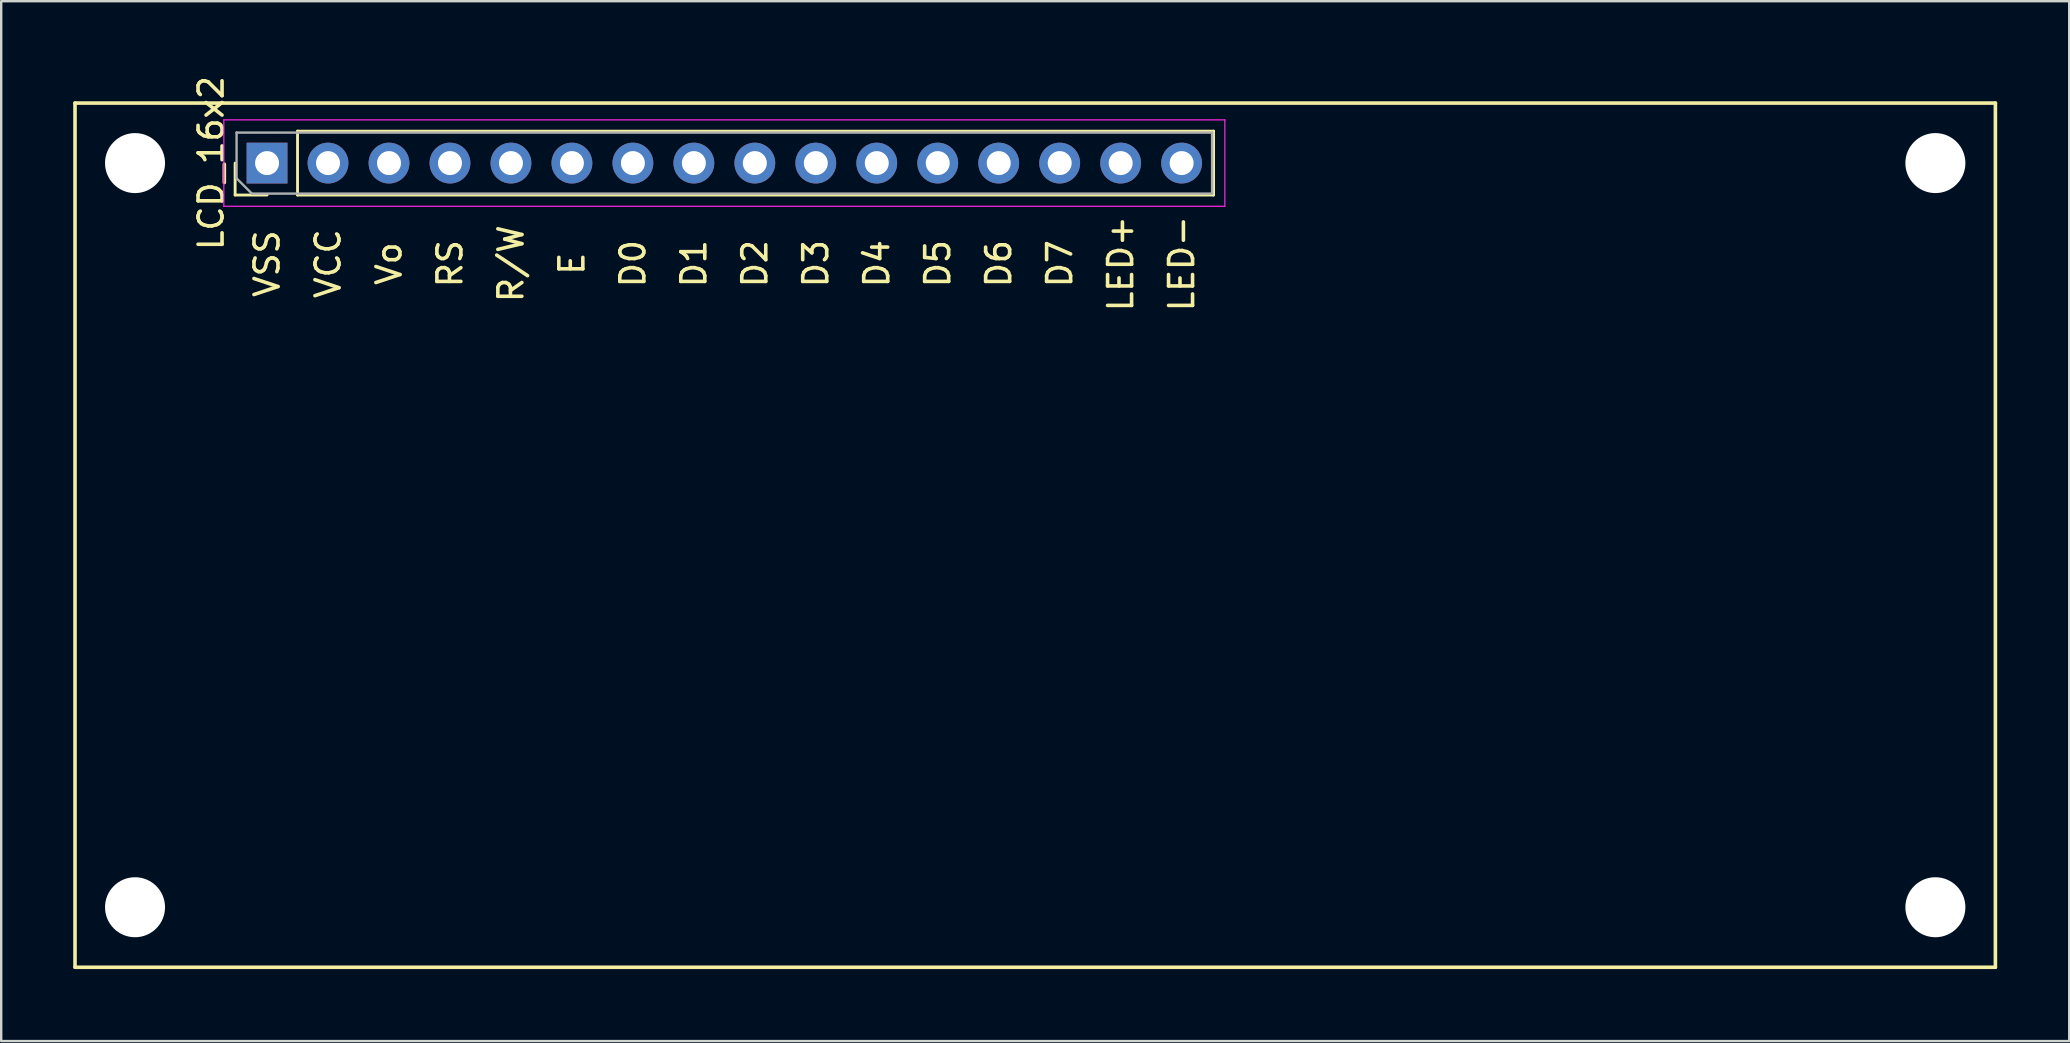
<source format=kicad_pcb>
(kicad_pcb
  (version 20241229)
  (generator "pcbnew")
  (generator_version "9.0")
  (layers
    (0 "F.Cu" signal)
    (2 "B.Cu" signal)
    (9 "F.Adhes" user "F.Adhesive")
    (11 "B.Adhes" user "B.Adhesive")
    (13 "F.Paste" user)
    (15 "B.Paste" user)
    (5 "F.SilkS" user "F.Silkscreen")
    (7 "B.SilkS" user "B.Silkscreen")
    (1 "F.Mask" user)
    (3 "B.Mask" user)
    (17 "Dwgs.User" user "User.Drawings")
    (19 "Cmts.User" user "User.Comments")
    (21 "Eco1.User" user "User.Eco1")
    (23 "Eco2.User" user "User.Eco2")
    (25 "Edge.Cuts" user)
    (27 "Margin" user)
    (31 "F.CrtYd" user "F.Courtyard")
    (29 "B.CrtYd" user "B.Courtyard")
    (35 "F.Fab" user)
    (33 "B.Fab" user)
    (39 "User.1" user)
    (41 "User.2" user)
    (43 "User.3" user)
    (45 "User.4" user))
  (footprint "LCD_16x2"
    (layer "F.Cu")
    (at 8.075 3.744)
    (property "Reference" "LCD_16x2" (at -2.33 0 90) (layer "F.SilkS") (effects (font (size 1 1) (thickness 0.15))))
    (attr through_hole)
    (fp_line (start -8 -2.5) (end -8 33.5) (stroke (width 0.15) (type solid)) (layer "F.SilkS"))
    (fp_line (start -8 33.5) (end 72 33.5) (stroke (width 0.15) (type solid)) (layer "F.SilkS"))
    (fp_line (start -1.33 1.33) (end -1.33 0) (stroke (width 0.12) (type solid)) (layer "F.SilkS"))
    (fp_line (start 0 1.33) (end -1.33 1.33) (stroke (width 0.12) (type solid)) (layer "F.SilkS"))
    (fp_line (start 1.27 -1.33) (end 39.43 -1.33) (stroke (width 0.12) (type solid)) (layer "F.SilkS"))
    (fp_line (start 1.27 1.33) (end 1.27 -1.33) (stroke (width 0.12) (type solid)) (layer "F.SilkS"))
    (fp_line (start 1.27 1.33) (end 39.43 1.33) (stroke (width 0.12) (type solid)) (layer "F.SilkS"))
    (fp_line (start 39.43 1.33) (end 39.43 -1.33) (stroke (width 0.12) (type solid)) (layer "F.SilkS"))
    (fp_line (start 72 -2.5) (end -8 -2.5) (stroke (width 0.15) (type solid)) (layer "F.SilkS"))
    (fp_line (start 72 33.5) (end 72 -2.5) (stroke (width 0.15) (type solid)) (layer "F.SilkS"))
    (fp_line (start -1.8 -1.8) (end -1.8 1.8) (stroke (width 0.05) (type solid)) (layer "F.CrtYd"))
    (fp_line (start -1.8 1.8) (end 39.9 1.8) (stroke (width 0.05) (type solid)) (layer "F.CrtYd"))
    (fp_line (start 39.9 -1.8) (end -1.8 -1.8) (stroke (width 0.05) (type solid)) (layer "F.CrtYd"))
    (fp_line (start 39.9 1.8) (end 39.9 -1.8) (stroke (width 0.05) (type solid)) (layer "F.CrtYd"))
    (fp_line (start -1.27 -1.27) (end 39.37 -1.27) (stroke (width 0.1) (type solid)) (layer "F.Fab"))
    (fp_line (start -1.27 0.635) (end -1.27 -1.27) (stroke (width 0.1) (type solid)) (layer "F.Fab"))
    (fp_line (start -0.635 1.27) (end -1.27 0.635) (stroke (width 0.1) (type solid)) (layer "F.Fab"))
    (fp_line (start 39.37 -1.27) (end 39.37 1.27) (stroke (width 0.1) (type solid)) (layer "F.Fab"))
    (fp_line (start 39.37 1.27) (end -0.635 1.27) (stroke (width 0.1) (type solid)) (layer "F.Fab"))
    (fp_text user "D4" (at 25.4 4.19 90) (layer "F.SilkS") (effects (font (size 1 1) (thickness 0.15))))
    (fp_text user "D3" (at 22.86 4.19 90) (layer "F.SilkS") (effects (font (size 1 1) (thickness 0.15))))
    (fp_text user "D2" (at 20.32 4.19 90) (layer "F.SilkS") (effects (font (size 1 1) (thickness 0.15))))
    (fp_text user "D0" (at 15.24 4.19 90) (layer "F.SilkS") (effects (font (size 1 1) (thickness 0.15))))
    (fp_text user "R/W" (at 10.16 4.19 90) (layer "F.SilkS") (effects (font (size 1 1) (thickness 0.15))))
    (fp_text user "LED+" (at 35.56 4.19 90) (layer "F.SilkS") (effects (font (size 1 1) (thickness 0.15))))
    (fp_text user "D5" (at 27.94 4.19 90) (layer "F.SilkS") (effects (font (size 1 1) (thickness 0.15))))
    (fp_text user "LED-" (at 38.1 4.19 90) (layer "F.SilkS") (effects (font (size 1 1) (thickness 0.15))))
    (fp_text user "D6" (at 30.48 4.19 90) (layer "F.SilkS") (effects (font (size 1 1) (thickness 0.15))))
    (fp_text user "E" (at 12.7 4.19 90) (layer "F.SilkS") (effects (font (size 1 1) (thickness 0.15))))
    (fp_text user "VCC" (at 2.54 4.19 90) (layer "F.SilkS") (effects (font (size 1 1) (thickness 0.15))))
    (fp_text user "D1" (at 17.78 4.19 90) (layer "F.SilkS") (effects (font (size 1 1) (thickness 0.15))))
    (fp_text user "Vo" (at 5.08 4.19 90) (layer "F.SilkS") (effects (font (size 1 1) (thickness 0.15))))
    (fp_text user "VSS" (at 0 4.19 90) (layer "F.SilkS") (effects (font (size 1 1) (thickness 0.15))))
    (fp_text user "D7" (at 33.02 4.19 90) (layer "F.SilkS") (effects (font (size 1 1) (thickness 0.15))))
    (fp_text user "RS" (at 7.62 4.19 90) (layer "F.SilkS") (effects (font (size 1 1) (thickness 0.15))))
    (pad "" np_thru_hole circle (at -5.5 0) (size 2.5 2.5) (drill 2.5) (layers "*.Cu" "*.Mask"))
    (pad "" np_thru_hole circle (at -5.5 31) (size 2.5 2.5) (drill 2.5) (layers "*.Cu" "*.Mask"))
    (pad "" np_thru_hole circle (at 69.5 0) (size 2.5 2.5) (drill 2.5) (layers "*.Cu" "*.Mask"))
    (pad "" np_thru_hole circle (at 69.5 31) (size 2.5 2.5) (drill 2.5) (layers "*.Cu" "*.Mask"))
    (pad "1" thru_hole rect (at 0 0 90) (size 1.7 1.7) (drill 1) (layers "*.Cu" "*.Mask"))
    (pad "2" thru_hole oval (at 2.54 0 90) (size 1.7 1.7) (drill 1) (layers "*.Cu" "*.Mask"))
    (pad "3" thru_hole oval (at 5.08 0 90) (size 1.7 1.7) (drill 1) (layers "*.Cu" "*.Mask"))
    (pad "4" thru_hole oval (at 7.62 0 90) (size 1.7 1.7) (drill 1) (layers "*.Cu" "*.Mask"))
    (pad "5" thru_hole oval (at 10.16 0 90) (size 1.7 1.7) (drill 1) (layers "*.Cu" "*.Mask"))
    (pad "6" thru_hole oval (at 12.7 0 90) (size 1.7 1.7) (drill 1) (layers "*.Cu" "*.Mask"))
    (pad "7" thru_hole oval (at 15.24 0 90) (size 1.7 1.7) (drill 1) (layers "*.Cu" "*.Mask"))
    (pad "8" thru_hole oval (at 17.78 0 90) (size 1.7 1.7) (drill 1) (layers "*.Cu" "*.Mask"))
    (pad "9" thru_hole oval (at 20.32 0 90) (size 1.7 1.7) (drill 1) (layers "*.Cu" "*.Mask"))
    (pad "10" thru_hole oval (at 22.86 0 90) (size 1.7 1.7) (drill 1) (layers "*.Cu" "*.Mask"))
    (pad "11" thru_hole oval (at 25.4 0 90) (size 1.7 1.7) (drill 1) (layers "*.Cu" "*.Mask"))
    (pad "12" thru_hole oval (at 27.94 0 90) (size 1.7 1.7) (drill 1) (layers "*.Cu" "*.Mask"))
    (pad "13" thru_hole oval (at 30.48 0 90) (size 1.7 1.7) (drill 1) (layers "*.Cu" "*.Mask"))
    (pad "14" thru_hole oval (at 33.02 0 90) (size 1.7 1.7) (drill 1) (layers "*.Cu" "*.Mask"))
    (pad "15" thru_hole oval (at 35.56 0 90) (size 1.7 1.7) (drill 1) (layers "*.Cu" "*.Mask"))
    (pad "16" thru_hole oval (at 38.1 0 90) (size 1.7 1.7) (drill 1) (layers "*.Cu" "*.Mask")))
  (gr_rect
    (start -3 -3)
    (end 83.15 40.319)
    (stroke (width 0.1) (type default))
    (fill no)
    (layer "Edge.Cuts")))
</source>
